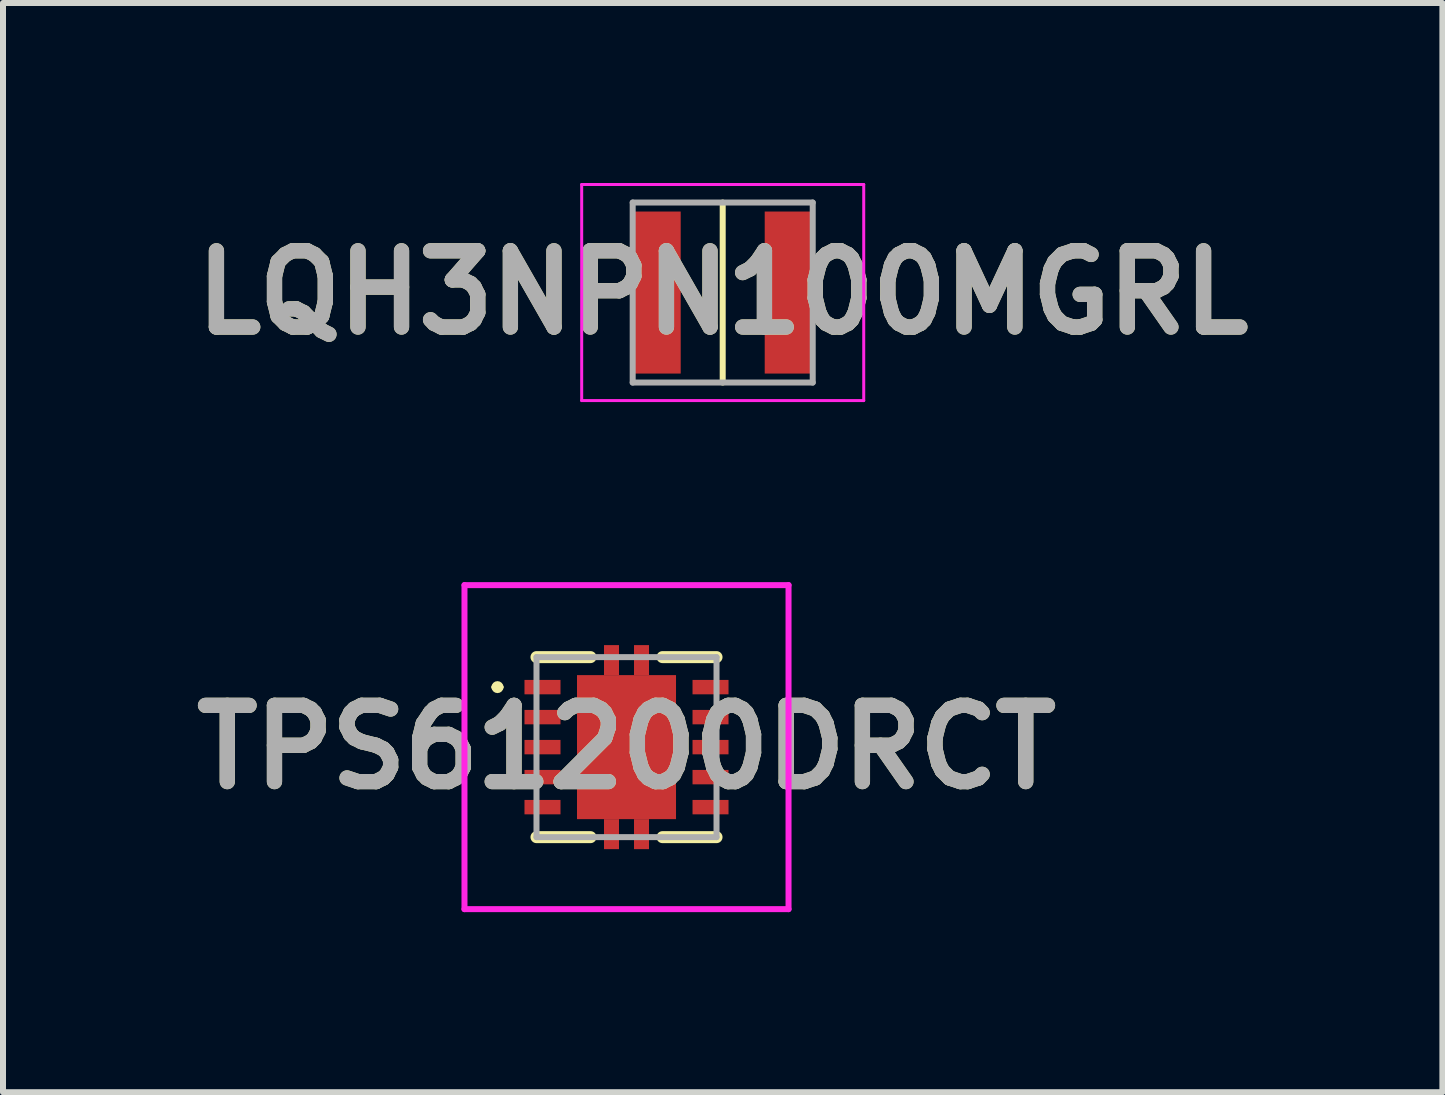
<source format=kicad_pcb>
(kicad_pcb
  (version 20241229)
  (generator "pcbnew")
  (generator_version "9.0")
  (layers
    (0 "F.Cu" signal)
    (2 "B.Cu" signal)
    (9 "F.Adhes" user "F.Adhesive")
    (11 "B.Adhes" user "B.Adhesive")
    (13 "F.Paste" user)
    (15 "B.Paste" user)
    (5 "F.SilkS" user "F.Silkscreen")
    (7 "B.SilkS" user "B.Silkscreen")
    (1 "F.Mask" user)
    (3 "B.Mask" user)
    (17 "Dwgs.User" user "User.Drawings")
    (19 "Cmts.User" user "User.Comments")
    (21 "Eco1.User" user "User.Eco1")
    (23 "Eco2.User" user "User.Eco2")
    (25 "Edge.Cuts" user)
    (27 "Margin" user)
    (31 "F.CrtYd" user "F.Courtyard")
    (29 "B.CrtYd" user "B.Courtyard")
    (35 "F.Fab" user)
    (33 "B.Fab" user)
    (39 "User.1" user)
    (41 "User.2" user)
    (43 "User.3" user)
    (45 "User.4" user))
  (footprint "TPS61200DRCT"
    (layer "F.Cu")
    (at 7.39 9.4)
    (property "Reference" "TPS61200DRCT" (at 0 0 0) (layer "F.SilkS") (effects (font (size 1.27 1.27) (thickness 0.254))))
    (attr smd)
    (fp_line (start -2.2 -1) (end -2.2 -1) (stroke (width 0.1) (type solid)) (layer "F.SilkS"))
    (fp_line (start -2.1 -1) (end -2.1 -1) (stroke (width 0.1) (type solid)) (layer "F.SilkS"))
    (fp_line (start -0.6 -1.5) (end -1.5 -1.5) (stroke (width 0.2) (type solid)) (layer "F.SilkS"))
    (fp_line (start -0.6 1.5) (end -1.5 1.5) (stroke (width 0.2) (type solid)) (layer "F.SilkS"))
    (fp_line (start 0.6 -1.5) (end 1.5 -1.5) (stroke (width 0.2) (type solid)) (layer "F.SilkS"))
    (fp_line (start 0.6 1.5) (end 1.5 1.5) (stroke (width 0.2) (type solid)) (layer "F.SilkS"))
    (fp_arc (start -2.2 -1) (mid -2.15 -1.05) (end -2.1 -1) (stroke (width 0.1) (type solid)) (layer "F.SilkS"))
    (fp_arc (start -2.1 -1) (mid -2.15 -0.95) (end -2.2 -1) (stroke (width 0.1) (type solid)) (layer "F.SilkS"))
    (fp_line (start -2.7 -2.7) (end 2.7 -2.7) (stroke (width 0.1) (type solid)) (layer "F.CrtYd"))
    (fp_line (start -2.7 2.7) (end -2.7 -2.7) (stroke (width 0.1) (type solid)) (layer "F.CrtYd"))
    (fp_line (start 2.7 -2.7) (end 2.7 2.7) (stroke (width 0.1) (type solid)) (layer "F.CrtYd"))
    (fp_line (start 2.7 2.7) (end -2.7 2.7) (stroke (width 0.1) (type solid)) (layer "F.CrtYd"))
    (fp_line (start -1.5 -1.5) (end 1.5 -1.5) (stroke (width 0.1) (type solid)) (layer "F.Fab"))
    (fp_line (start -1.5 1.5) (end -1.5 -1.5) (stroke (width 0.1) (type solid)) (layer "F.Fab"))
    (fp_line (start 1.5 -1.5) (end 1.5 1.5) (stroke (width 0.1) (type solid)) (layer "F.Fab"))
    (fp_line (start 1.5 1.5) (end -1.5 1.5) (stroke (width 0.1) (type solid)) (layer "F.Fab"))
    (fp_text user "${REFERENCE}" (at 0 0 0) (layer "F.Fab") (effects (font (size 1.27 1.27) (thickness 0.254))))
    (pad "1" smd rect (at -1.4 -1 90) (size 0.24 0.6) (layers "F.Cu" "F.Mask" "F.Paste"))
    (pad "2" smd rect (at -1.4 -0.5 90) (size 0.24 0.6) (layers "F.Cu" "F.Mask" "F.Paste"))
    (pad "3" smd rect (at -1.4 0 90) (size 0.24 0.6) (layers "F.Cu" "F.Mask" "F.Paste"))
    (pad "4" smd rect (at -1.4 0.5 90) (size 0.24 0.6) (layers "F.Cu" "F.Mask" "F.Paste"))
    (pad "5" smd rect (at -1.4 1 90) (size 0.24 0.6) (layers "F.Cu" "F.Mask" "F.Paste"))
    (pad "6" smd rect (at 1.4 1 90) (size 0.24 0.6) (layers "F.Cu" "F.Mask" "F.Paste"))
    (pad "7" smd rect (at 1.4 0.5 90) (size 0.24 0.6) (layers "F.Cu" "F.Mask" "F.Paste"))
    (pad "8" smd rect (at 1.4 0 90) (size 0.24 0.6) (layers "F.Cu" "F.Mask" "F.Paste"))
    (pad "9" smd rect (at 1.4 -0.5 90) (size 0.24 0.6) (layers "F.Cu" "F.Mask" "F.Paste"))
    (pad "10" smd rect (at 1.4 -1 90) (size 0.24 0.6) (layers "F.Cu" "F.Mask" "F.Paste"))
    (pad "11" smd rect (at 0 0) (size 1.65 2.4) (layers "F.Cu" "F.Mask" "F.Paste"))
    (pad "12" smd rect (at -0.25 -1.45) (size 0.25 0.5) (layers "F.Cu" "F.Mask" "F.Paste"))
    (pad "13" smd rect (at 0.25 -1.45) (size 0.25 0.5) (layers "F.Cu" "F.Mask" "F.Paste"))
    (pad "14" smd rect (at -0.25 1.45) (size 0.25 0.5) (layers "F.Cu" "F.Mask" "F.Paste"))
    (pad "15" smd rect (at 0.25 1.45) (size 0.25 0.5) (layers "F.Cu" "F.Mask" "F.Paste")))
  (footprint "LQH3NPN100MGRL"
    (layer "F.Cu")
    (at 8.993 1.825)
    (property "Reference" "LQH3NPN100MGRL" (at 0 0 0) (layer "F.SilkS") (effects (font (size 1.27 1.27) (thickness 0.254))))
    (attr smd)
    (fp_line (start 0 -1.5) (end 0 1.5) (stroke (width 0.1) (type solid)) (layer "F.SilkS"))
    (fp_line (start -2.35 -1.8) (end 2.35 -1.8) (stroke (width 0.05) (type solid)) (layer "F.CrtYd"))
    (fp_line (start -2.35 1.8) (end -2.35 -1.8) (stroke (width 0.05) (type solid)) (layer "F.CrtYd"))
    (fp_line (start 2.35 -1.8) (end 2.35 1.8) (stroke (width 0.05) (type solid)) (layer "F.CrtYd"))
    (fp_line (start 2.35 1.8) (end -2.35 1.8) (stroke (width 0.05) (type solid)) (layer "F.CrtYd"))
    (fp_line (start -1.5 -1.5) (end 1.5 -1.5) (stroke (width 0.1) (type solid)) (layer "F.Fab"))
    (fp_line (start -1.5 1.5) (end -1.5 -1.5) (stroke (width 0.1) (type solid)) (layer "F.Fab"))
    (fp_line (start 1.5 -1.5) (end 1.5 1.5) (stroke (width 0.1) (type solid)) (layer "F.Fab"))
    (fp_line (start 1.5 1.5) (end -1.5 1.5) (stroke (width 0.1) (type solid)) (layer "F.Fab"))
    (fp_text user "${REFERENCE}" (at 0 0 0) (layer "F.Fab") (effects (font (size 1.27 1.27) (thickness 0.254))))
    (pad "1" smd rect (at -1.1 0) (size 0.8 2.7) (layers "F.Cu" "F.Mask" "F.Paste"))
    (pad "2" smd rect (at 1.1 0) (size 0.8 2.7) (layers "F.Cu" "F.Mask" "F.Paste")))
  (gr_rect
    (start -3 -3)
    (end 20.986 15.15)
    (stroke (width 0.1) (type default))
    (fill no)
    (layer "Edge.Cuts")))
</source>
